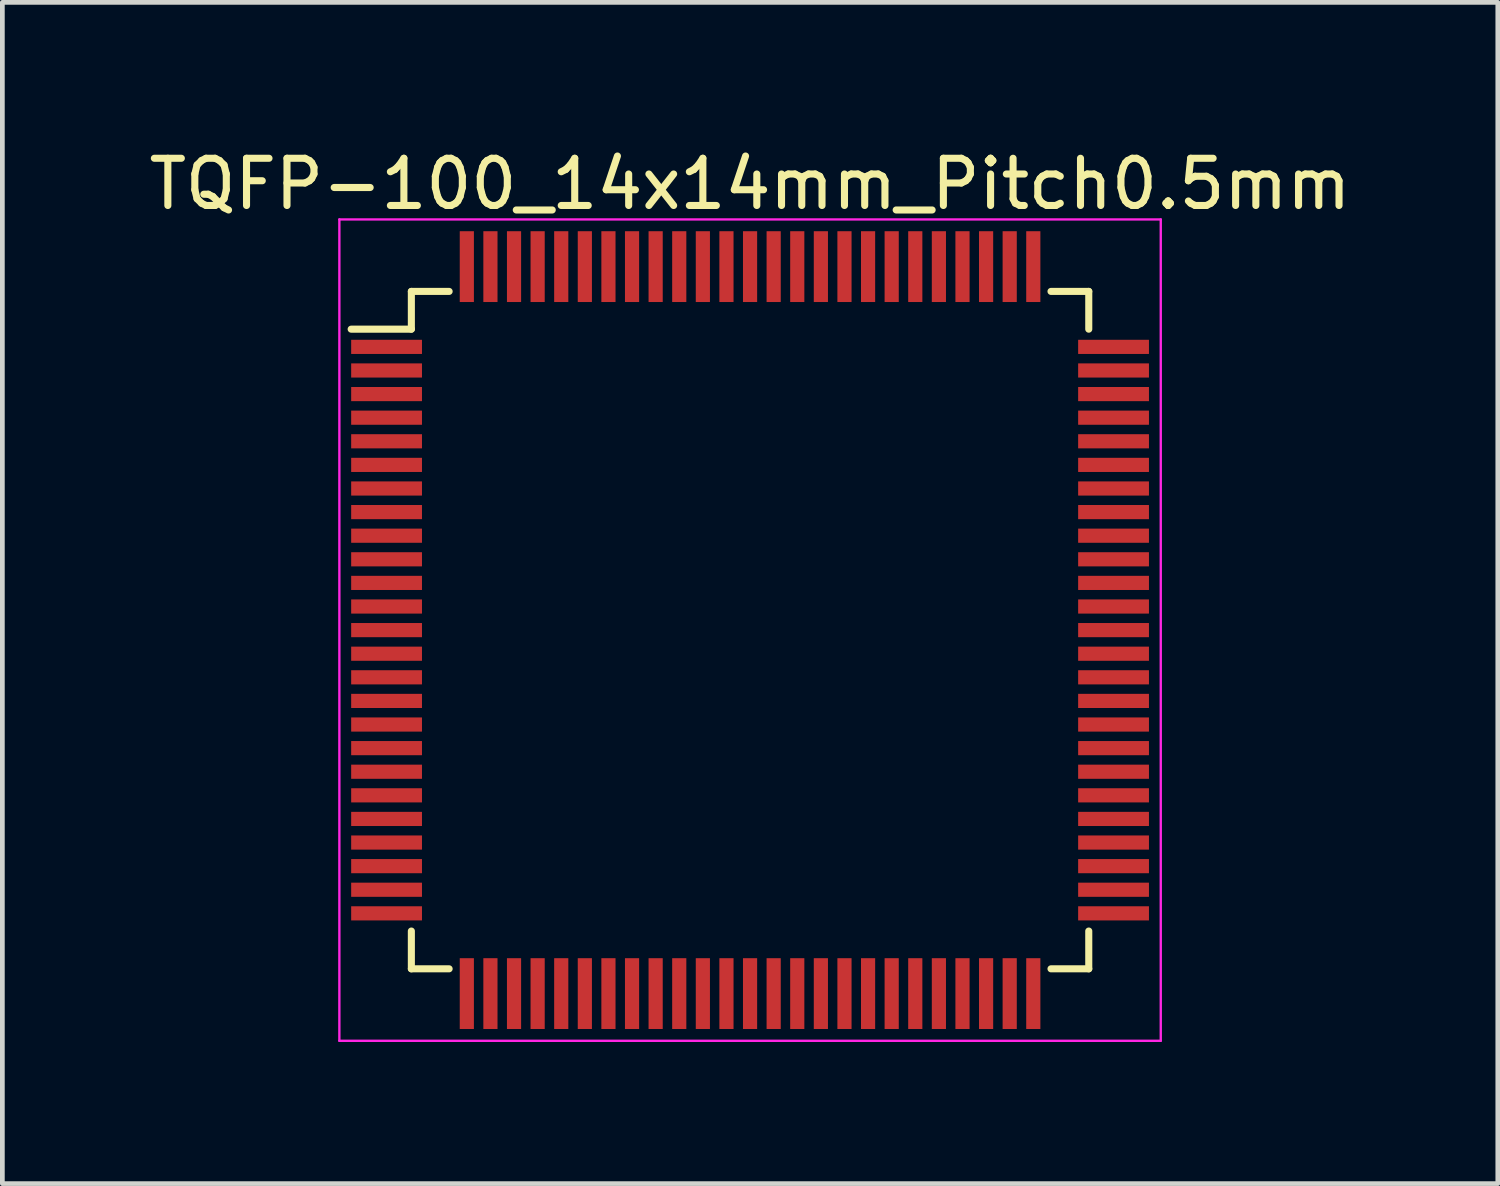
<source format=kicad_pcb>
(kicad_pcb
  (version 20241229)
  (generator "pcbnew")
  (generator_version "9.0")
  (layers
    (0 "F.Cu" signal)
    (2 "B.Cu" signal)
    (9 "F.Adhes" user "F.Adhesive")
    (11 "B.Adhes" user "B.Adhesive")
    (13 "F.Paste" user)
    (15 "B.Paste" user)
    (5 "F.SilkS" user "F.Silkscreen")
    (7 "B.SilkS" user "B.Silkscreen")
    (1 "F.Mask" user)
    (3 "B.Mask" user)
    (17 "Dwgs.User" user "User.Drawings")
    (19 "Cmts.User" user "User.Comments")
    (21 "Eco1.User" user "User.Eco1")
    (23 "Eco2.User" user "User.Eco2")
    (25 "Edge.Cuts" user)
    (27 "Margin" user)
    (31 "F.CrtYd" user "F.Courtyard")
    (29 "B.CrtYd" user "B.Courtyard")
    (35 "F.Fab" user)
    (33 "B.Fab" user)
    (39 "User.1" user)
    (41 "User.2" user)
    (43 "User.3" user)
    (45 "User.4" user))
  (footprint "TQFP-100_14x14mm_Pitch0.5mm"
    (layer "F.Cu")
    (at 12.839 10.298)
    (property "Reference" "TQFP-100_14x14mm_Pitch0.5mm" (at 0 -9.45 0) (layer "F.SilkS") (effects (font (size 1 1) (thickness 0.15))))
    (attr smd)
    (fp_line (start -7.175 -7.175) (end -7.175 -6.375) (stroke (width 0.15) (type solid)) (layer "F.SilkS"))
    (fp_line (start -7.175 -7.175) (end -6.375 -7.175) (stroke (width 0.15) (type solid)) (layer "F.SilkS"))
    (fp_line (start -7.175 -6.375) (end -8.45 -6.375) (stroke (width 0.15) (type solid)) (layer "F.SilkS"))
    (fp_line (start -7.175 7.175) (end -7.175 6.375) (stroke (width 0.15) (type solid)) (layer "F.SilkS"))
    (fp_line (start -7.175 7.175) (end -6.375 7.175) (stroke (width 0.15) (type solid)) (layer "F.SilkS"))
    (fp_line (start 7.175 -7.175) (end 6.375 -7.175) (stroke (width 0.15) (type solid)) (layer "F.SilkS"))
    (fp_line (start 7.175 -7.175) (end 7.175 -6.375) (stroke (width 0.15) (type solid)) (layer "F.SilkS"))
    (fp_line (start 7.175 7.175) (end 6.375 7.175) (stroke (width 0.15) (type solid)) (layer "F.SilkS"))
    (fp_line (start 7.175 7.175) (end 7.175 6.375) (stroke (width 0.15) (type solid)) (layer "F.SilkS"))
    (fp_line (start -8.7 -8.7) (end -8.7 8.7) (stroke (width 0.05) (type solid)) (layer "F.CrtYd"))
    (fp_line (start -8.7 -8.7) (end 8.7 -8.7) (stroke (width 0.05) (type solid)) (layer "F.CrtYd"))
    (fp_line (start -8.7 8.7) (end 8.7 8.7) (stroke (width 0.05) (type solid)) (layer "F.CrtYd"))
    (fp_line (start 8.7 -8.7) (end 8.7 8.7) (stroke (width 0.05) (type solid)) (layer "F.CrtYd"))
    (pad "1" smd rect (at -7.7 -6) (size 1.5 0.3) (layers "F.Cu" "F.Mask" "F.Paste"))
    (pad "2" smd rect (at -7.7 -5.5) (size 1.5 0.3) (layers "F.Cu" "F.Mask" "F.Paste"))
    (pad "3" smd rect (at -7.7 -5) (size 1.5 0.3) (layers "F.Cu" "F.Mask" "F.Paste"))
    (pad "4" smd rect (at -7.7 -4.5) (size 1.5 0.3) (layers "F.Cu" "F.Mask" "F.Paste"))
    (pad "5" smd rect (at -7.7 -4) (size 1.5 0.3) (layers "F.Cu" "F.Mask" "F.Paste"))
    (pad "6" smd rect (at -7.7 -3.5) (size 1.5 0.3) (layers "F.Cu" "F.Mask" "F.Paste"))
    (pad "7" smd rect (at -7.7 -3) (size 1.5 0.3) (layers "F.Cu" "F.Mask" "F.Paste"))
    (pad "8" smd rect (at -7.7 -2.5) (size 1.5 0.3) (layers "F.Cu" "F.Mask" "F.Paste"))
    (pad "9" smd rect (at -7.7 -2) (size 1.5 0.3) (layers "F.Cu" "F.Mask" "F.Paste"))
    (pad "10" smd rect (at -7.7 -1.5) (size 1.5 0.3) (layers "F.Cu" "F.Mask" "F.Paste"))
    (pad "11" smd rect (at -7.7 -1) (size 1.5 0.3) (layers "F.Cu" "F.Mask" "F.Paste"))
    (pad "12" smd rect (at -7.7 -0.5) (size 1.5 0.3) (layers "F.Cu" "F.Mask" "F.Paste"))
    (pad "13" smd rect (at -7.7 0) (size 1.5 0.3) (layers "F.Cu" "F.Mask" "F.Paste"))
    (pad "14" smd rect (at -7.7 0.5) (size 1.5 0.3) (layers "F.Cu" "F.Mask" "F.Paste"))
    (pad "15" smd rect (at -7.7 1) (size 1.5 0.3) (layers "F.Cu" "F.Mask" "F.Paste"))
    (pad "16" smd rect (at -7.7 1.5) (size 1.5 0.3) (layers "F.Cu" "F.Mask" "F.Paste"))
    (pad "17" smd rect (at -7.7 2) (size 1.5 0.3) (layers "F.Cu" "F.Mask" "F.Paste"))
    (pad "18" smd rect (at -7.7 2.5) (size 1.5 0.3) (layers "F.Cu" "F.Mask" "F.Paste"))
    (pad "19" smd rect (at -7.7 3) (size 1.5 0.3) (layers "F.Cu" "F.Mask" "F.Paste"))
    (pad "20" smd rect (at -7.7 3.5) (size 1.5 0.3) (layers "F.Cu" "F.Mask" "F.Paste"))
    (pad "21" smd rect (at -7.7 4) (size 1.5 0.3) (layers "F.Cu" "F.Mask" "F.Paste"))
    (pad "22" smd rect (at -7.7 4.5) (size 1.5 0.3) (layers "F.Cu" "F.Mask" "F.Paste"))
    (pad "23" smd rect (at -7.7 5) (size 1.5 0.3) (layers "F.Cu" "F.Mask" "F.Paste"))
    (pad "24" smd rect (at -7.7 5.5) (size 1.5 0.3) (layers "F.Cu" "F.Mask" "F.Paste"))
    (pad "25" smd rect (at -7.7 6) (size 1.5 0.3) (layers "F.Cu" "F.Mask" "F.Paste"))
    (pad "26" smd rect (at -6 7.7 90) (size 1.5 0.3) (layers "F.Cu" "F.Mask" "F.Paste"))
    (pad "27" smd rect (at -5.5 7.7 90) (size 1.5 0.3) (layers "F.Cu" "F.Mask" "F.Paste"))
    (pad "28" smd rect (at -5 7.7 90) (size 1.5 0.3) (layers "F.Cu" "F.Mask" "F.Paste"))
    (pad "29" smd rect (at -4.5 7.7 90) (size 1.5 0.3) (layers "F.Cu" "F.Mask" "F.Paste"))
    (pad "30" smd rect (at -4 7.7 90) (size 1.5 0.3) (layers "F.Cu" "F.Mask" "F.Paste"))
    (pad "31" smd rect (at -3.5 7.7 90) (size 1.5 0.3) (layers "F.Cu" "F.Mask" "F.Paste"))
    (pad "32" smd rect (at -3 7.7 90) (size 1.5 0.3) (layers "F.Cu" "F.Mask" "F.Paste"))
    (pad "33" smd rect (at -2.5 7.7 90) (size 1.5 0.3) (layers "F.Cu" "F.Mask" "F.Paste"))
    (pad "34" smd rect (at -2 7.7 90) (size 1.5 0.3) (layers "F.Cu" "F.Mask" "F.Paste"))
    (pad "35" smd rect (at -1.5 7.7 90) (size 1.5 0.3) (layers "F.Cu" "F.Mask" "F.Paste"))
    (pad "36" smd rect (at -1 7.7 90) (size 1.5 0.3) (layers "F.Cu" "F.Mask" "F.Paste"))
    (pad "37" smd rect (at -0.5 7.7 90) (size 1.5 0.3) (layers "F.Cu" "F.Mask" "F.Paste"))
    (pad "38" smd rect (at 0 7.7 90) (size 1.5 0.3) (layers "F.Cu" "F.Mask" "F.Paste"))
    (pad "39" smd rect (at 0.5 7.7 90) (size 1.5 0.3) (layers "F.Cu" "F.Mask" "F.Paste"))
    (pad "40" smd rect (at 1 7.7 90) (size 1.5 0.3) (layers "F.Cu" "F.Mask" "F.Paste"))
    (pad "41" smd rect (at 1.5 7.7 90) (size 1.5 0.3) (layers "F.Cu" "F.Mask" "F.Paste"))
    (pad "42" smd rect (at 2 7.7 90) (size 1.5 0.3) (layers "F.Cu" "F.Mask" "F.Paste"))
    (pad "43" smd rect (at 2.5 7.7 90) (size 1.5 0.3) (layers "F.Cu" "F.Mask" "F.Paste"))
    (pad "44" smd rect (at 3 7.7 90) (size 1.5 0.3) (layers "F.Cu" "F.Mask" "F.Paste"))
    (pad "45" smd rect (at 3.5 7.7 90) (size 1.5 0.3) (layers "F.Cu" "F.Mask" "F.Paste"))
    (pad "46" smd rect (at 4 7.7 90) (size 1.5 0.3) (layers "F.Cu" "F.Mask" "F.Paste"))
    (pad "47" smd rect (at 4.5 7.7 90) (size 1.5 0.3) (layers "F.Cu" "F.Mask" "F.Paste"))
    (pad "48" smd rect (at 5 7.7 90) (size 1.5 0.3) (layers "F.Cu" "F.Mask" "F.Paste"))
    (pad "49" smd rect (at 5.5 7.7 90) (size 1.5 0.3) (layers "F.Cu" "F.Mask" "F.Paste"))
    (pad "50" smd rect (at 6 7.7 90) (size 1.5 0.3) (layers "F.Cu" "F.Mask" "F.Paste"))
    (pad "51" smd rect (at 7.7 6) (size 1.5 0.3) (layers "F.Cu" "F.Mask" "F.Paste"))
    (pad "52" smd rect (at 7.7 5.5) (size 1.5 0.3) (layers "F.Cu" "F.Mask" "F.Paste"))
    (pad "53" smd rect (at 7.7 5) (size 1.5 0.3) (layers "F.Cu" "F.Mask" "F.Paste"))
    (pad "54" smd rect (at 7.7 4.5) (size 1.5 0.3) (layers "F.Cu" "F.Mask" "F.Paste"))
    (pad "55" smd rect (at 7.7 4) (size 1.5 0.3) (layers "F.Cu" "F.Mask" "F.Paste"))
    (pad "56" smd rect (at 7.7 3.5) (size 1.5 0.3) (layers "F.Cu" "F.Mask" "F.Paste"))
    (pad "57" smd rect (at 7.7 3) (size 1.5 0.3) (layers "F.Cu" "F.Mask" "F.Paste"))
    (pad "58" smd rect (at 7.7 2.5) (size 1.5 0.3) (layers "F.Cu" "F.Mask" "F.Paste"))
    (pad "59" smd rect (at 7.7 2) (size 1.5 0.3) (layers "F.Cu" "F.Mask" "F.Paste"))
    (pad "60" smd rect (at 7.7 1.5) (size 1.5 0.3) (layers "F.Cu" "F.Mask" "F.Paste"))
    (pad "61" smd rect (at 7.7 1) (size 1.5 0.3) (layers "F.Cu" "F.Mask" "F.Paste"))
    (pad "62" smd rect (at 7.7 0.5) (size 1.5 0.3) (layers "F.Cu" "F.Mask" "F.Paste"))
    (pad "63" smd rect (at 7.7 0) (size 1.5 0.3) (layers "F.Cu" "F.Mask" "F.Paste"))
    (pad "64" smd rect (at 7.7 -0.5) (size 1.5 0.3) (layers "F.Cu" "F.Mask" "F.Paste"))
    (pad "65" smd rect (at 7.7 -1) (size 1.5 0.3) (layers "F.Cu" "F.Mask" "F.Paste"))
    (pad "66" smd rect (at 7.7 -1.5) (size 1.5 0.3) (layers "F.Cu" "F.Mask" "F.Paste"))
    (pad "67" smd rect (at 7.7 -2) (size 1.5 0.3) (layers "F.Cu" "F.Mask" "F.Paste"))
    (pad "68" smd rect (at 7.7 -2.5) (size 1.5 0.3) (layers "F.Cu" "F.Mask" "F.Paste"))
    (pad "69" smd rect (at 7.7 -3) (size 1.5 0.3) (layers "F.Cu" "F.Mask" "F.Paste"))
    (pad "70" smd rect (at 7.7 -3.5) (size 1.5 0.3) (layers "F.Cu" "F.Mask" "F.Paste"))
    (pad "71" smd rect (at 7.7 -4) (size 1.5 0.3) (layers "F.Cu" "F.Mask" "F.Paste"))
    (pad "72" smd rect (at 7.7 -4.5) (size 1.5 0.3) (layers "F.Cu" "F.Mask" "F.Paste"))
    (pad "73" smd rect (at 7.7 -5) (size 1.5 0.3) (layers "F.Cu" "F.Mask" "F.Paste"))
    (pad "74" smd rect (at 7.7 -5.5) (size 1.5 0.3) (layers "F.Cu" "F.Mask" "F.Paste"))
    (pad "75" smd rect (at 7.7 -6) (size 1.5 0.3) (layers "F.Cu" "F.Mask" "F.Paste"))
    (pad "76" smd rect (at 6 -7.7 90) (size 1.5 0.3) (layers "F.Cu" "F.Mask" "F.Paste"))
    (pad "77" smd rect (at 5.5 -7.7 90) (size 1.5 0.3) (layers "F.Cu" "F.Mask" "F.Paste"))
    (pad "78" smd rect (at 5 -7.7 90) (size 1.5 0.3) (layers "F.Cu" "F.Mask" "F.Paste"))
    (pad "79" smd rect (at 4.5 -7.7 90) (size 1.5 0.3) (layers "F.Cu" "F.Mask" "F.Paste"))
    (pad "80" smd rect (at 4 -7.7 90) (size 1.5 0.3) (layers "F.Cu" "F.Mask" "F.Paste"))
    (pad "81" smd rect (at 3.5 -7.7 90) (size 1.5 0.3) (layers "F.Cu" "F.Mask" "F.Paste"))
    (pad "82" smd rect (at 3 -7.7 90) (size 1.5 0.3) (layers "F.Cu" "F.Mask" "F.Paste"))
    (pad "83" smd rect (at 2.5 -7.7 90) (size 1.5 0.3) (layers "F.Cu" "F.Mask" "F.Paste"))
    (pad "84" smd rect (at 2 -7.7 90) (size 1.5 0.3) (layers "F.Cu" "F.Mask" "F.Paste"))
    (pad "85" smd rect (at 1.5 -7.7 90) (size 1.5 0.3) (layers "F.Cu" "F.Mask" "F.Paste"))
    (pad "86" smd rect (at 1 -7.7 90) (size 1.5 0.3) (layers "F.Cu" "F.Mask" "F.Paste"))
    (pad "87" smd rect (at 0.5 -7.7 90) (size 1.5 0.3) (layers "F.Cu" "F.Mask" "F.Paste"))
    (pad "88" smd rect (at 0 -7.7 90) (size 1.5 0.3) (layers "F.Cu" "F.Mask" "F.Paste"))
    (pad "89" smd rect (at -0.5 -7.7 90) (size 1.5 0.3) (layers "F.Cu" "F.Mask" "F.Paste"))
    (pad "90" smd rect (at -1 -7.7 90) (size 1.5 0.3) (layers "F.Cu" "F.Mask" "F.Paste"))
    (pad "91" smd rect (at -1.5 -7.7 90) (size 1.5 0.3) (layers "F.Cu" "F.Mask" "F.Paste"))
    (pad "92" smd rect (at -2 -7.7 90) (size 1.5 0.3) (layers "F.Cu" "F.Mask" "F.Paste"))
    (pad "93" smd rect (at -2.5 -7.7 90) (size 1.5 0.3) (layers "F.Cu" "F.Mask" "F.Paste"))
    (pad "94" smd rect (at -3 -7.7 90) (size 1.5 0.3) (layers "F.Cu" "F.Mask" "F.Paste"))
    (pad "95" smd rect (at -3.5 -7.7 90) (size 1.5 0.3) (layers "F.Cu" "F.Mask" "F.Paste"))
    (pad "96" smd rect (at -4 -7.7 90) (size 1.5 0.3) (layers "F.Cu" "F.Mask" "F.Paste"))
    (pad "97" smd rect (at -4.5 -7.7 90) (size 1.5 0.3) (layers "F.Cu" "F.Mask" "F.Paste"))
    (pad "98" smd rect (at -5 -7.7 90) (size 1.5 0.3) (layers "F.Cu" "F.Mask" "F.Paste"))
    (pad "99" smd rect (at -5.5 -7.7 90) (size 1.5 0.3) (layers "F.Cu" "F.Mask" "F.Paste"))
    (pad "100" smd rect (at -6 -7.7 90) (size 1.5 0.3) (layers "F.Cu" "F.Mask" "F.Paste")))
  (gr_rect
    (start -3 -3)
    (end 28.679 22.023)
    (stroke (width 0.1) (type default))
    (fill no)
    (layer "Edge.Cuts")))
</source>
